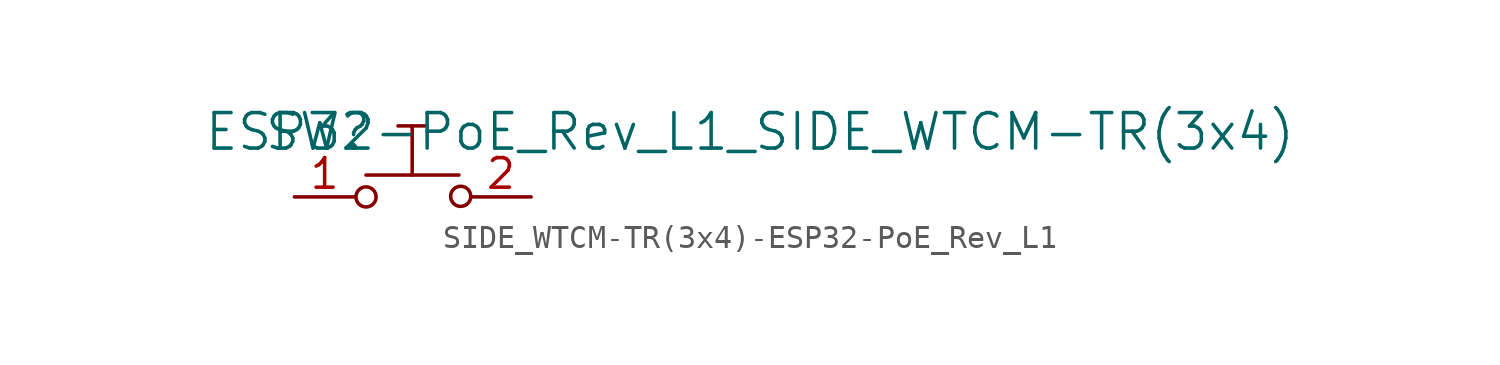
<source format=kicad_sym>
(kicad_symbol_lib
  (version 20220914)
  (generator kicad_symbol_editor)
  (symbol "SIDE_WTCM-TR(3x4)-ESP32-PoE_Rev_L1"
    (pin_names
      (offset 1.016))
    (property "Reference" "SW"
      (at -4.064 2.794 0)
      (effects (font (size 1.524 1.524))))
    (property "Value" "ESP32-PoE_Rev_L1_SIDE_WTCM-TR(3x4)"
      (at 14.478 2.794 0)
      (effects (font (size 1.524 1.524))))
    (property "Footprint" ""
      (at -0.025 0.965 0)
      (effects (font (size 1.524 1.524))))
    (property "Datasheet" ""
      (at -0.025 0.965 0)
      (effects (font (size 1.524 1.524))))
    (symbol "SIDE_WTCM-TR(3x4)-ESP32-PoE_Rev_L1_0_1"
      (circle (center -2.007 0) (radius 0.432) (stroke (width 0) (type solid)) (fill (type none)))
      (polyline (pts (xy -0.635 3.048) (xy 0.61 3.048)) (stroke (width 0) (type solid)) (fill (type none)))
      (polyline (pts (xy -0.025 0.94) (xy -2.007 0.94)) (stroke (width 0) (type solid)) (fill (type none)))
      (polyline (pts (xy -0.025 0.94) (xy 1.981 0.94)) (stroke (width 0) (type solid)) (fill (type none)))
      (polyline (pts (xy -0.025 1.016) (xy -0.025 2.972)) (stroke (width 0) (type solid)) (fill (type none)))
      (circle (center 2.057 0.025) (radius 0.432) (stroke (width 0) (type solid)) (fill (type none))))
    (symbol "SIDE_WTCM-TR(3x4)-ESP32-PoE_Rev_L1_1_1"
      (pin passive line (at -5.08 0 0) (length 2.591) (name "~" (effects (font (size 1.27 1.27)))) (number "1" (effects (font (size 1.27 1.27)))))
      (pin passive line (at 5.08 0 180) (length 2.591) (name "~" (effects (font (size 1.27 1.27)))) (number "2" (effects (font (size 1.27 1.27))))))))
</source>
